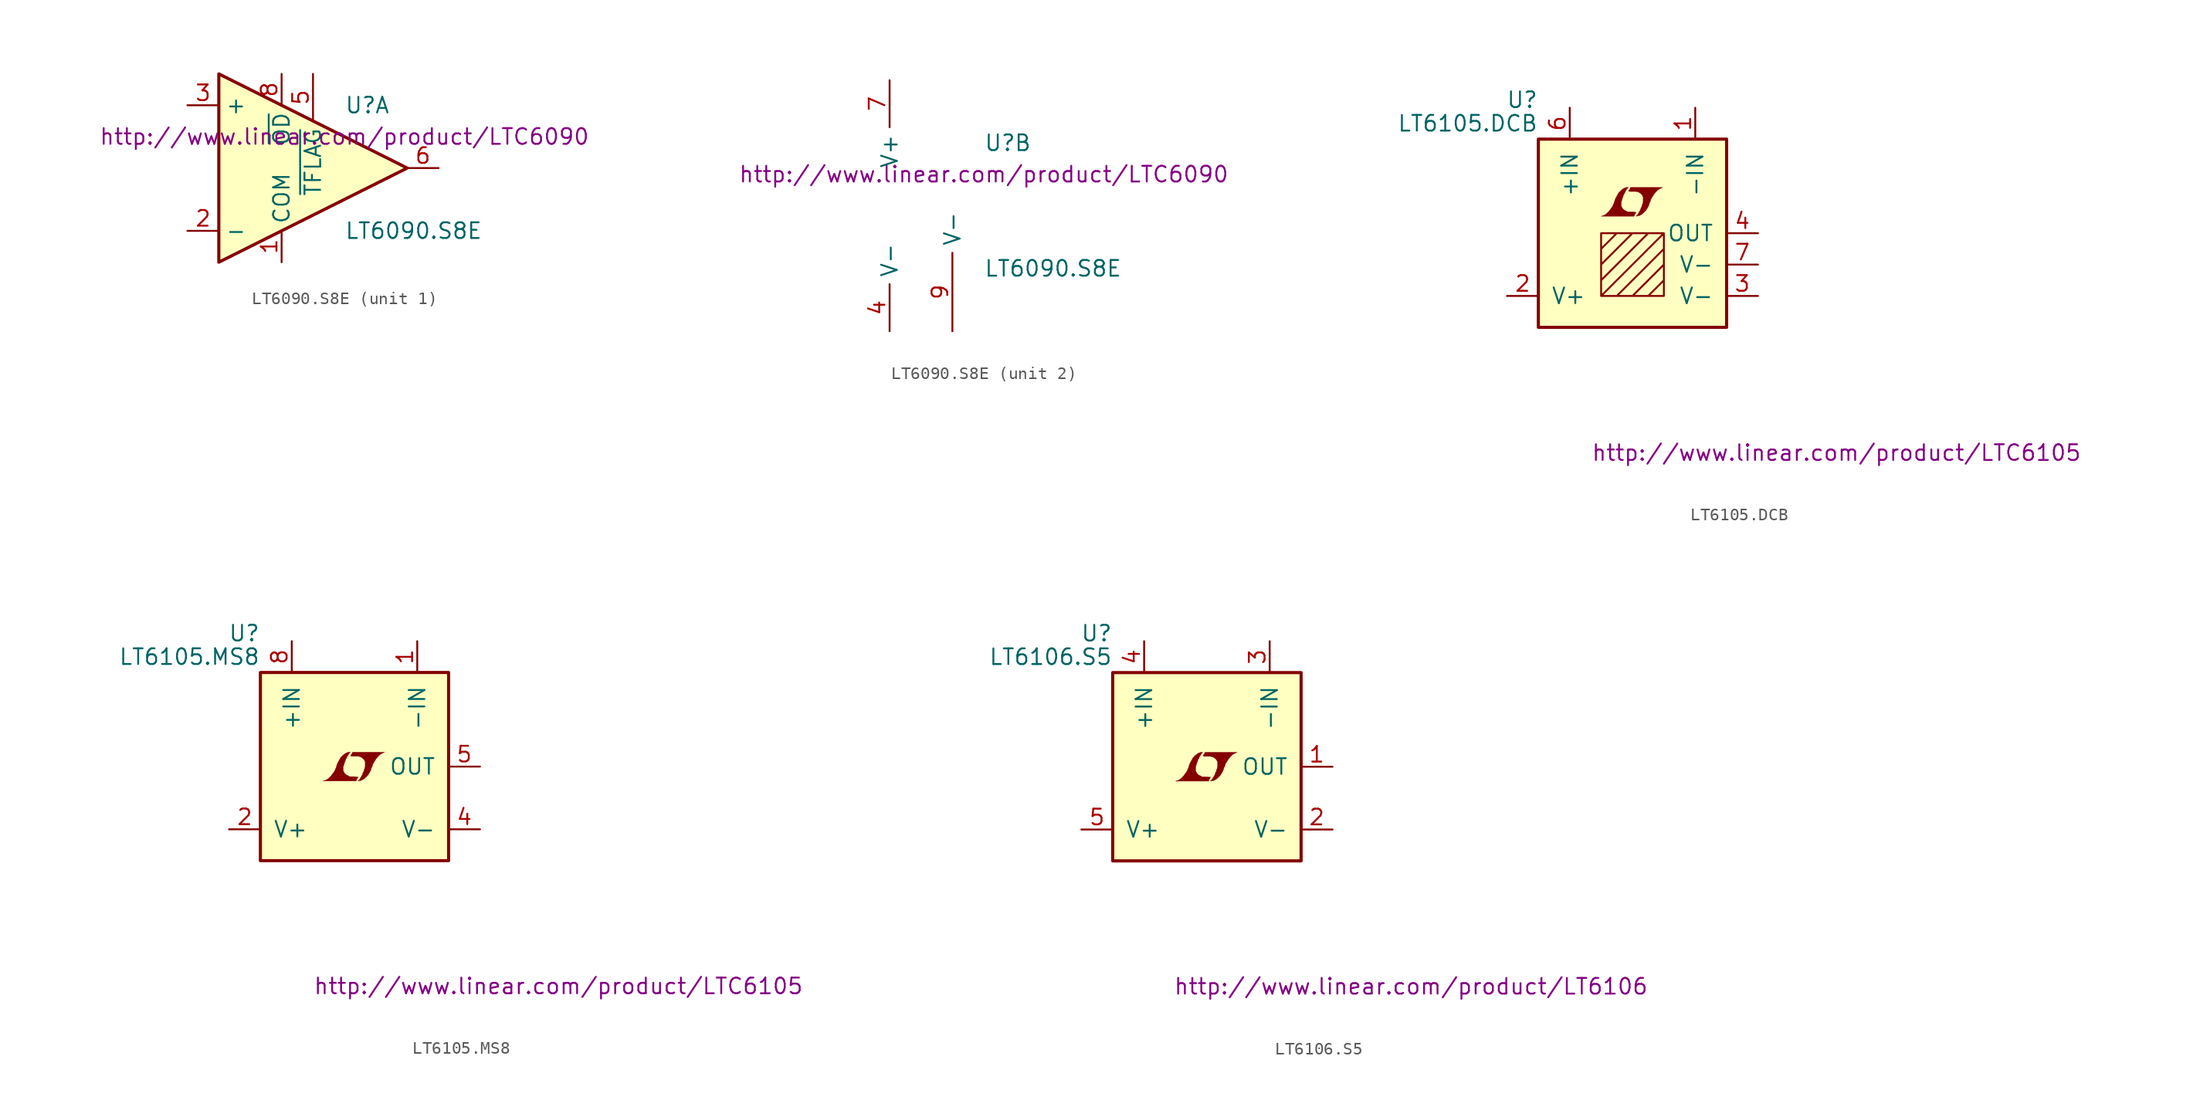
<source format=kicad_sym>
(kicad_symbol_lib
  (version 20201005)
  (generator kicad_symbol_editor)
  (symbol "LT6090.S8E"
    (property "Reference" "U"
      (at 5.08 5.08 0)
      (effects (font (size 1.27 1.27)) (justify left)))
    (property "Value" "LT6090.S8E"
      (at 5.08 -5.08 0)
      (effects (font (size 1.27 1.27)) (justify left)))
    (property "Datasheet" "http://www.linear.com/product/LTC6090"
      (at 5.08 2.54 0)
      (effects (font (size 1.27 1.27))))
    (property "ki_locked" ""
      (at 0 0 0)
      (effects (font (size 1.27 1.27))))
    (symbol "LT6090.S8E_1_1"
      (polyline (pts (xy 10.16 0) (xy -5.08 7.62) (xy -5.08 -7.62) (xy 10.16 0)) (stroke (width 0.254)) (fill (type background)))
      (pin passive line (at 0 -7.62 90) (length 2.54) (name "COM" (effects (font (size 1.27 1.27)))) (number "1" (effects (font (size 1.27 1.27)))))
      (pin input line (at -7.62 -5.08 0) (length 2.54) (name "-" (effects (font (size 1.27 1.27)))) (number "2" (effects (font (size 1.27 1.27)))))
      (pin input line (at -7.62 5.08 0) (length 2.54) (name "+" (effects (font (size 1.27 1.27)))) (number "3" (effects (font (size 1.27 1.27)))))
      (pin passive line (at 2.54 7.62 270) (length 3.81) (name "~TFLAG~" (effects (font (size 1.27 1.27)))) (number "5" (effects (font (size 1.27 1.27)))))
      (pin output line (at 12.7 0 180) (length 2.54) (name "~" (effects (font (size 1.27 1.27)))) (number "6" (effects (font (size 1.27 1.27)))))
      (pin input line (at 0 7.62 270) (length 2.54) (name "~OD~" (effects (font (size 1.27 1.27)))) (number "8" (effects (font (size 1.27 1.27))))))
    (symbol "LT6090.S8E_2_1"
      (pin power_in line (at -2.54 -10.16 90) (length 3.81) (name "V-" (effects (font (size 1.27 1.27)))) (number "4" (effects (font (size 1.27 1.27)))))
      (pin power_in line (at -2.54 10.16 270) (length 3.81) (name "V+" (effects (font (size 1.27 1.27)))) (number "7" (effects (font (size 1.27 1.27)))))
      (pin passive line (at 2.54 -10.16 90) (length 6.35) (name "V-" (effects (font (size 1.27 1.27)))) (number "9" (effects (font (size 1.27 1.27)))))))
  (symbol "LT6105.DCB"
    (pin_names
      (offset 1.016))
    (property "Reference" "U"
      (at -7.62 10.795 0)
      (effects (font (size 1.27 1.27)) (justify right)))
    (property "Value" "LT6105.DCB"
      (at -7.62 8.89 0)
      (effects (font (size 1.27 1.27)) (justify right)))
    (property "Datasheet" "http://www.linear.com/product/LTC6105"
      (at 16.51 -17.78 0)
      (effects (font (size 1.27 1.27))))
    (symbol "LT6105.DCB_0_0"
      (polyline (pts (xy 0.203 1.549) (xy 0.229 1.575) (xy 0.279 1.676) (xy 0.279 1.702) (xy 0.152 1.702) (xy 0.051 1.727) (xy -0.406 1.727) (xy -0.432 1.753) (xy -0.686 1.88) (xy -0.787 1.981) (xy -0.864 2.108) (xy -0.914 2.21) (xy -0.914 2.515) (xy -0.864 2.667) (xy -0.838 2.769) (xy -0.813 2.845) (xy -0.762 2.972) (xy -0.711 3.124) (xy -0.635 3.251) (xy -0.584 3.378) (xy -0.508 3.48) (xy -0.457 3.581) (xy -0.33 3.708) (xy -0.508 3.708) (xy -0.635 3.658) (xy -0.737 3.607) (xy -0.813 3.556) (xy -0.94 3.454) (xy -1.118 3.277) (xy -1.372 2.819) (xy -1.473 2.54) (xy -1.473 2.489) (xy -1.524 2.388) (xy -1.575 2.261) (xy -1.626 2.159) (xy -1.753 1.981) (xy -1.905 1.778) (xy -2.057 1.626) (xy -2.21 1.499) (xy -2.388 1.422) (xy -2.54 1.372) (xy 0.127 1.372) (xy 0.203 1.549)) (stroke (width 0.025)) (fill (type outline)))
      (polyline (pts (xy 0.406 1.397) (xy 0.483 1.397) (xy 0.66 1.473) (xy 0.813 1.575) (xy 1.092 1.854) (xy 1.219 2.057) (xy 1.321 2.261) (xy 1.397 2.515) (xy 1.422 2.515) (xy 1.499 2.769) (xy 1.753 3.175) (xy 1.905 3.353) (xy 2.057 3.505) (xy 2.21 3.607) (xy 2.388 3.683) (xy 2.413 3.683) (xy 2.413 3.708) (xy -0.152 3.708) (xy -0.229 3.556) (xy -0.254 3.531) (xy -0.305 3.429) (xy -0.33 3.404) (xy -0.279 3.404) (xy -0.229 3.378) (xy 0.305 3.378) (xy 0.356 3.353) (xy 0.406 3.353) (xy 0.483 3.327) (xy 0.61 3.251) (xy 0.737 3.15) (xy 0.813 3.023) (xy 0.838 2.972) (xy 0.864 2.946) (xy 0.864 2.54) (xy 0.838 2.489) (xy 0.838 2.413) (xy 0.787 2.311) (xy 0.762 2.184) (xy 0.686 2.032) (xy 0.635 1.88) (xy 0.483 1.626) (xy 0.432 1.524) (xy 0.279 1.372) (xy 0.406 1.397)) (stroke (width 0.025)) (fill (type outline))))
    (symbol "LT6105.DCB_0_1"
      (rectangle (start -7.62 7.62) (end 7.62 -7.62) (stroke (width 0.254)) (fill (type background)))
      (polyline (pts (xy -2.54 -1.27) (xy -1.27 0) (xy 0 0) (xy -2.54 -2.54) (xy -2.54 -3.81) (xy 1.27 0) (xy 2.54 0) (xy -2.54 -5.08) (xy -1.27 -5.08) (xy 2.54 -1.27) (xy 2.54 -2.54) (xy 0 -5.08) (xy 1.27 -5.08) (xy 2.54 -3.81) (xy 2.54 -5.08) (xy -2.54 -5.08) (xy -2.54 0) (xy 2.54 0) (xy 2.54 -5.08)) (stroke (width 0)) (fill (type none))))
    (symbol "LT6105.DCB_1_1"
      (pin passive line (at 5.08 10.16 270) (length 2.54) (name "-IN" (effects (font (size 1.27 1.27)))) (number "1" (effects (font (size 1.27 1.27)))))
      (pin power_in line (at -10.16 -5.08 0) (length 2.54) (name "V+" (effects (font (size 1.27 1.27)))) (number "2" (effects (font (size 1.27 1.27)))))
      (pin power_in line (at 10.16 -5.08 180) (length 2.54) (name "V-" (effects (font (size 1.27 1.27)))) (number "3" (effects (font (size 1.27 1.27)))))
      (pin output line (at 10.16 0 180) (length 2.54) (name "OUT" (effects (font (size 1.27 1.27)))) (number "4" (effects (font (size 1.27 1.27)))))
      (pin passive line (at 0 -10.16 90) (length 2.54) hide (name "NC" (effects (font (size 1.27 1.27)))) (number "5" (effects (font (size 1.27 1.27)))))
      (pin passive line (at -5.08 10.16 270) (length 2.54) (name "+IN" (effects (font (size 1.27 1.27)))) (number "6" (effects (font (size 1.27 1.27)))))
      (pin power_in line (at 10.16 -2.54 180) (length 2.54) (name "V-" (effects (font (size 1.27 1.27)))) (number "7" (effects (font (size 1.27 1.27)))))))
  (symbol "LT6105.MS8"
    (pin_names
      (offset 1.016))
    (property "Reference" "U"
      (at -7.62 10.795 0)
      (effects (font (size 1.27 1.27)) (justify right)))
    (property "Value" "LT6105.MS8"
      (at -7.62 8.89 0)
      (effects (font (size 1.27 1.27)) (justify right)))
    (property "Datasheet" "http://www.linear.com/product/LTC6105"
      (at 16.51 -17.78 0)
      (effects (font (size 1.27 1.27))))
    (symbol "LT6105.MS8_0_0"
      (polyline (pts (xy 0.203 -0.991) (xy 0.229 -0.965) (xy 0.279 -0.864) (xy 0.279 -0.838) (xy 0.152 -0.838) (xy 0.051 -0.813) (xy -0.406 -0.813) (xy -0.432 -0.787) (xy -0.686 -0.66) (xy -0.787 -0.559) (xy -0.864 -0.432) (xy -0.914 -0.33) (xy -0.914 -0.025) (xy -0.864 0.127) (xy -0.838 0.229) (xy -0.813 0.305) (xy -0.762 0.432) (xy -0.711 0.584) (xy -0.635 0.711) (xy -0.584 0.838) (xy -0.508 0.94) (xy -0.457 1.041) (xy -0.33 1.168) (xy -0.508 1.168) (xy -0.635 1.118) (xy -0.737 1.067) (xy -0.813 1.016) (xy -0.94 0.914) (xy -1.118 0.737) (xy -1.372 0.279) (xy -1.473 0) (xy -1.473 -0.051) (xy -1.524 -0.152) (xy -1.575 -0.279) (xy -1.626 -0.381) (xy -1.753 -0.559) (xy -1.905 -0.762) (xy -2.057 -0.914) (xy -2.21 -1.041) (xy -2.388 -1.118) (xy -2.54 -1.168) (xy 0.127 -1.168) (xy 0.203 -0.991)) (stroke (width 0.025)) (fill (type outline)))
      (polyline (pts (xy 0.406 -1.143) (xy 0.483 -1.143) (xy 0.66 -1.067) (xy 0.813 -0.965) (xy 1.092 -0.686) (xy 1.219 -0.483) (xy 1.321 -0.279) (xy 1.397 -0.025) (xy 1.422 -0.025) (xy 1.499 0.229) (xy 1.753 0.635) (xy 1.905 0.813) (xy 2.057 0.965) (xy 2.21 1.067) (xy 2.388 1.143) (xy 2.413 1.143) (xy 2.413 1.168) (xy -0.152 1.168) (xy -0.229 1.016) (xy -0.254 0.991) (xy -0.305 0.889) (xy -0.33 0.864) (xy -0.279 0.864) (xy -0.229 0.838) (xy 0.305 0.838) (xy 0.356 0.813) (xy 0.406 0.813) (xy 0.483 0.787) (xy 0.61 0.711) (xy 0.737 0.61) (xy 0.813 0.483) (xy 0.838 0.432) (xy 0.864 0.406) (xy 0.864 0) (xy 0.838 -0.051) (xy 0.838 -0.127) (xy 0.787 -0.229) (xy 0.762 -0.356) (xy 0.686 -0.508) (xy 0.635 -0.66) (xy 0.483 -0.914) (xy 0.432 -1.016) (xy 0.279 -1.168) (xy 0.406 -1.143)) (stroke (width 0.025)) (fill (type outline))))
    (symbol "LT6105.MS8_0_1"
      (rectangle (start -7.62 7.62) (end 7.62 -7.62) (stroke (width 0.254)) (fill (type background))))
    (symbol "LT6105.MS8_1_1"
      (pin passive line (at 5.08 10.16 270) (length 2.54) (name "-IN" (effects (font (size 1.27 1.27)))) (number "1" (effects (font (size 1.27 1.27)))))
      (pin power_in line (at -10.16 -5.08 0) (length 2.54) (name "V+" (effects (font (size 1.27 1.27)))) (number "2" (effects (font (size 1.27 1.27)))))
      (pin passive line (at -2.54 -10.16 90) (length 2.54) hide (name "NC" (effects (font (size 1.27 1.27)))) (number "3" (effects (font (size 1.27 1.27)))))
      (pin power_in line (at 10.16 -5.08 180) (length 2.54) (name "V-" (effects (font (size 1.27 1.27)))) (number "4" (effects (font (size 1.27 1.27)))))
      (pin output line (at 10.16 0 180) (length 2.54) (name "OUT" (effects (font (size 1.27 1.27)))) (number "5" (effects (font (size 1.27 1.27)))))
      (pin passive line (at 0 -10.16 90) (length 2.54) hide (name "NC" (effects (font (size 1.27 1.27)))) (number "6" (effects (font (size 1.27 1.27)))))
      (pin passive line (at 2.54 -10.16 90) (length 2.54) hide (name "NC" (effects (font (size 1.27 1.27)))) (number "7" (effects (font (size 1.27 1.27)))))
      (pin passive line (at -5.08 10.16 270) (length 2.54) (name "+IN" (effects (font (size 1.27 1.27)))) (number "8" (effects (font (size 1.27 1.27)))))))
  (symbol "LT6106.S5"
    (pin_names
      (offset 1.016))
    (property "Reference" "U"
      (at -7.62 10.795 0)
      (effects (font (size 1.27 1.27)) (justify right)))
    (property "Value" "LT6106.S5"
      (at -7.62 8.89 0)
      (effects (font (size 1.27 1.27)) (justify right)))
    (property "Datasheet" "http://www.linear.com/product/LT6106"
      (at 16.51 -17.78 0)
      (effects (font (size 1.27 1.27))))
    (symbol "LT6106.S5_0_0"
      (polyline (pts (xy 0.203 -0.991) (xy 0.229 -0.965) (xy 0.279 -0.864) (xy 0.279 -0.838) (xy 0.152 -0.838) (xy 0.051 -0.813) (xy -0.406 -0.813) (xy -0.432 -0.787) (xy -0.686 -0.66) (xy -0.787 -0.559) (xy -0.864 -0.432) (xy -0.914 -0.33) (xy -0.914 -0.025) (xy -0.864 0.127) (xy -0.838 0.229) (xy -0.813 0.305) (xy -0.762 0.432) (xy -0.711 0.584) (xy -0.635 0.711) (xy -0.584 0.838) (xy -0.508 0.94) (xy -0.457 1.041) (xy -0.33 1.168) (xy -0.508 1.168) (xy -0.635 1.118) (xy -0.737 1.067) (xy -0.813 1.016) (xy -0.94 0.914) (xy -1.118 0.737) (xy -1.372 0.279) (xy -1.473 0) (xy -1.473 -0.051) (xy -1.524 -0.152) (xy -1.575 -0.279) (xy -1.626 -0.381) (xy -1.753 -0.559) (xy -1.905 -0.762) (xy -2.057 -0.914) (xy -2.21 -1.041) (xy -2.388 -1.118) (xy -2.54 -1.168) (xy 0.127 -1.168) (xy 0.203 -0.991)) (stroke (width 0.025)) (fill (type outline)))
      (polyline (pts (xy 0.406 -1.143) (xy 0.483 -1.143) (xy 0.66 -1.067) (xy 0.813 -0.965) (xy 1.092 -0.686) (xy 1.219 -0.483) (xy 1.321 -0.279) (xy 1.397 -0.025) (xy 1.422 -0.025) (xy 1.499 0.229) (xy 1.753 0.635) (xy 1.905 0.813) (xy 2.057 0.965) (xy 2.21 1.067) (xy 2.388 1.143) (xy 2.413 1.143) (xy 2.413 1.168) (xy -0.152 1.168) (xy -0.229 1.016) (xy -0.254 0.991) (xy -0.305 0.889) (xy -0.33 0.864) (xy -0.279 0.864) (xy -0.229 0.838) (xy 0.305 0.838) (xy 0.356 0.813) (xy 0.406 0.813) (xy 0.483 0.787) (xy 0.61 0.711) (xy 0.737 0.61) (xy 0.813 0.483) (xy 0.838 0.432) (xy 0.864 0.406) (xy 0.864 0) (xy 0.838 -0.051) (xy 0.838 -0.127) (xy 0.787 -0.229) (xy 0.762 -0.356) (xy 0.686 -0.508) (xy 0.635 -0.66) (xy 0.483 -0.914) (xy 0.432 -1.016) (xy 0.279 -1.168) (xy 0.406 -1.143)) (stroke (width 0.025)) (fill (type outline))))
    (symbol "LT6106.S5_0_1"
      (rectangle (start -7.62 7.62) (end 7.62 -7.62) (stroke (width 0.254)) (fill (type background))))
    (symbol "LT6106.S5_1_1"
      (pin output line (at 10.16 0 180) (length 2.54) (name "OUT" (effects (font (size 1.27 1.27)))) (number "1" (effects (font (size 1.27 1.27)))))
      (pin power_in line (at 10.16 -5.08 180) (length 2.54) (name "V-" (effects (font (size 1.27 1.27)))) (number "2" (effects (font (size 1.27 1.27)))))
      (pin input line (at 5.08 10.16 270) (length 2.54) (name "-IN" (effects (font (size 1.27 1.27)))) (number "3" (effects (font (size 1.27 1.27)))))
      (pin input line (at -5.08 10.16 270) (length 2.54) (name "+IN" (effects (font (size 1.27 1.27)))) (number "4" (effects (font (size 1.27 1.27)))))
      (pin power_in line (at -10.16 -5.08 0) (length 2.54) (name "V+" (effects (font (size 1.27 1.27)))) (number "5" (effects (font (size 1.27 1.27))))))))
</source>
